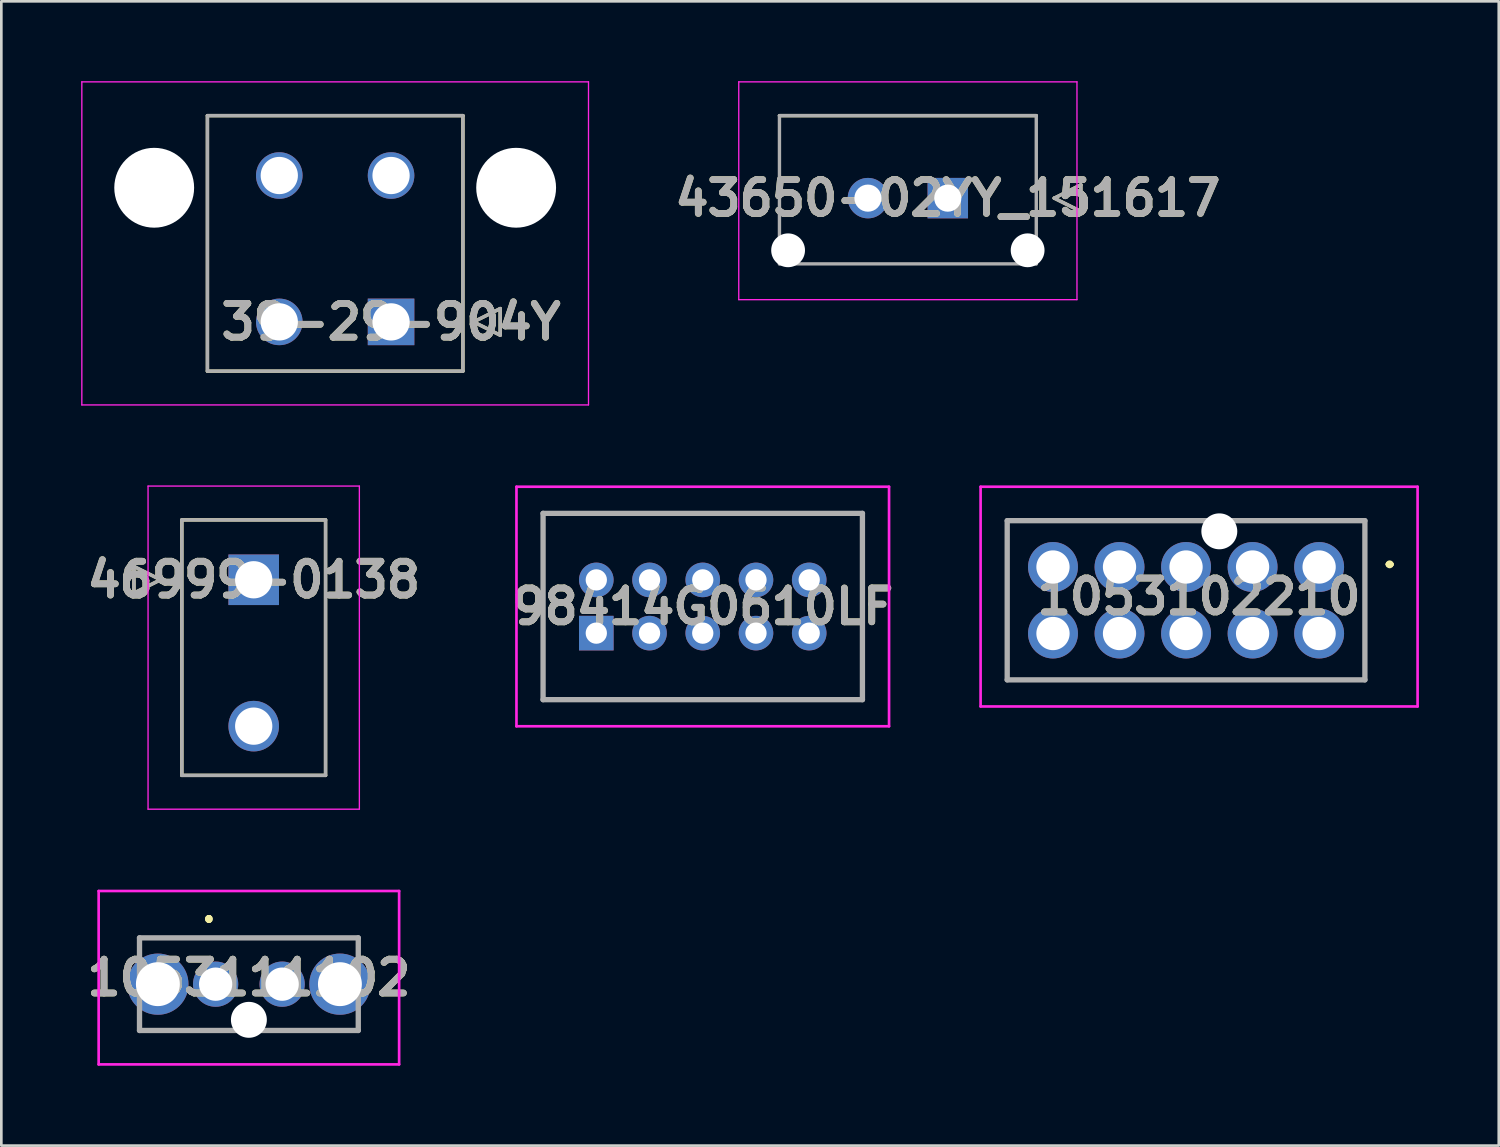
<source format=kicad_pcb>
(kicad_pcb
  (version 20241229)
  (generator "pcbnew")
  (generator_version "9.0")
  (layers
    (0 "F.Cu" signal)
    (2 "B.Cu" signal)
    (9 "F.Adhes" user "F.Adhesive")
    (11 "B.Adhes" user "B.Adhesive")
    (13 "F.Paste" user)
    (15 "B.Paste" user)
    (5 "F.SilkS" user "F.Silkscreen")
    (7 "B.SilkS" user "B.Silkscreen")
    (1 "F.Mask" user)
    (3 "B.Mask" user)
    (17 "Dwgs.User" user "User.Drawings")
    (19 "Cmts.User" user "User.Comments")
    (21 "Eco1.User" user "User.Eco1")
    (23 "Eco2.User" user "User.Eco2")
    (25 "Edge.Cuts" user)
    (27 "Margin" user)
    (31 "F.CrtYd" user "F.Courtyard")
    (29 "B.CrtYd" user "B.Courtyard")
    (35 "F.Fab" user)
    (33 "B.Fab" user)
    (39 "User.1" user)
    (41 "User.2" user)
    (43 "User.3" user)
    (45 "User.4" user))
  (footprint "1053111102"
    (layer "F.Cu")
    (at 5.052 33.93)
    (property "Reference" "1053111102" (at 1.25 -0.242 0) (layer "F.SilkS") (effects (font (size 1.27 1.27) (thickness 0.254))))
    (attr through_hole)
    (fp_line (start -2.86 -1.75) (end 5.36 -1.74) (stroke (width 0.1) (type solid)) (layer "F.SilkS"))
    (fp_line (start -2.86 -1.5) (end -2.86 -1.75) (stroke (width 0.1) (type solid)) (layer "F.SilkS"))
    (fp_line (start -2.86 1.5) (end -2.86 1.75) (stroke (width 0.1) (type solid)) (layer "F.SilkS"))
    (fp_line (start -2.86 1.75) (end 0 1.74) (stroke (width 0.1) (type solid)) (layer "F.SilkS"))
    (fp_line (start -0.25 -2.5) (end -0.25 -2.5) (stroke (width 0.2) (type solid)) (layer "F.SilkS"))
    (fp_line (start -0.25 -2.5) (end -0.25 -2.5) (stroke (width 0.2) (type solid)) (layer "F.SilkS"))
    (fp_line (start -0.25 -2.4) (end -0.25 -2.4) (stroke (width 0.2) (type solid)) (layer "F.SilkS"))
    (fp_line (start 2.5 1.75) (end 5.36 1.74) (stroke (width 0.1) (type solid)) (layer "F.SilkS"))
    (fp_line (start 5.36 -1.74) (end 5.36 -1.5) (stroke (width 0.1) (type solid)) (layer "F.SilkS"))
    (fp_line (start 5.36 1.74) (end 5.36 1.5) (stroke (width 0.1) (type solid)) (layer "F.SilkS"))
    (fp_arc (start -0.25 -2.5) (mid -0.2 -2.45) (end -0.25 -2.4) (stroke (width 0.2) (type solid)) (layer "F.SilkS"))
    (fp_arc (start -0.25 -2.4) (mid -0.3 -2.45) (end -0.25 -2.5) (stroke (width 0.2) (type solid)) (layer "F.SilkS"))
    (fp_arc (start -0.25 -2.4) (mid -0.3 -2.45) (end -0.25 -2.5) (stroke (width 0.2) (type solid)) (layer "F.SilkS"))
    (fp_line (start -4.395 -3.5) (end 6.895 -3.5) (stroke (width 0.1) (type solid)) (layer "F.CrtYd"))
    (fp_line (start -4.395 3.015) (end -4.395 -3.5) (stroke (width 0.1) (type solid)) (layer "F.CrtYd"))
    (fp_line (start 6.895 -3.5) (end 6.895 3.015) (stroke (width 0.1) (type solid)) (layer "F.CrtYd"))
    (fp_line (start 6.895 3.015) (end -4.395 3.015) (stroke (width 0.1) (type solid)) (layer "F.CrtYd"))
    (fp_line (start -2.86 -1.74) (end 5.36 -1.74) (stroke (width 0.2) (type solid)) (layer "F.Fab"))
    (fp_line (start -2.86 1.74) (end -2.86 -1.74) (stroke (width 0.2) (type solid)) (layer "F.Fab"))
    (fp_line (start 5.36 -1.74) (end 5.36 1.74) (stroke (width 0.2) (type solid)) (layer "F.Fab"))
    (fp_line (start 5.36 1.74) (end -2.86 1.74) (stroke (width 0.2) (type solid)) (layer "F.Fab"))
    (fp_text user "${REFERENCE}" (at 1.25 -0.242 0) (layer "F.Fab") (effects (font (size 1.27 1.27) (thickness 0.254))))
    (pad "" np_thru_hole circle (at 1.25 1.34) (size 1.35 1.35) (drill 1.35) (layers "*.Cu" "*.Mask"))
    (pad "1" thru_hole circle (at 0 0) (size 1.7 1.7) (drill 1.25) (layers "*.Cu" "*.Mask"))
    (pad "2" thru_hole circle (at 2.5 0) (size 1.7 1.7) (drill 1.25) (layers "*.Cu" "*.Mask"))
    (pad "MH1" thru_hole circle (at -2.17 0) (size 2.3 2.3) (drill 1.65) (layers "*.Cu" "*.Mask"))
    (pad "MH2" thru_hole circle (at 4.67 0) (size 2.3 2.3) (drill 1.65) (layers "*.Cu" "*.Mask")))
  (footprint "39-29-904Y"
    (layer "F.Cu")
    (at 11.644 9.045)
    (property "Reference" "39-29-904Y" (at 0 0 0) (layer "F.SilkS") (effects (font (size 1.27 1.27) (thickness 0.254))))
    (attr through_hole)
    (fp_line (start -6.9 -7.75) (end 2.7 -7.75) (stroke (width 0.127) (type solid)) (layer "F.SilkS"))
    (fp_line (start -6.9 1.85) (end -6.9 -7.75) (stroke (width 0.127) (type solid)) (layer "F.SilkS"))
    (fp_line (start 2.7 -7.75) (end 2.7 1.85) (stroke (width 0.127) (type solid)) (layer "F.SilkS"))
    (fp_line (start 2.7 1.85) (end -6.9 1.85) (stroke (width 0.127) (type solid)) (layer "F.SilkS"))
    (fp_line (start 3.1 0) (end 4.1 -0.5) (stroke (width 0.127) (type solid)) (layer "F.SilkS"))
    (fp_line (start 4.1 -0.5) (end 4.1 0.5) (stroke (width 0.127) (type solid)) (layer "F.SilkS"))
    (fp_line (start 4.1 0.5) (end 3.1 0) (stroke (width 0.127) (type solid)) (layer "F.SilkS"))
    (fp_line (start -11.619 -9.02) (end 7.419 -9.02) (stroke (width 0.05) (type solid)) (layer "F.CrtYd"))
    (fp_line (start -11.619 3.12) (end -11.619 -9.02) (stroke (width 0.05) (type solid)) (layer "F.CrtYd"))
    (fp_line (start 7.419 -9.02) (end 7.419 3.12) (stroke (width 0.05) (type solid)) (layer "F.CrtYd"))
    (fp_line (start 7.419 3.12) (end -11.619 3.12) (stroke (width 0.05) (type solid)) (layer "F.CrtYd"))
    (fp_line (start -6.9 -7.75) (end 2.7 -7.75) (stroke (width 0.127) (type solid)) (layer "F.Fab"))
    (fp_line (start -6.9 1.85) (end -6.9 -7.75) (stroke (width 0.127) (type solid)) (layer "F.Fab"))
    (fp_line (start 2.7 -7.75) (end 2.7 1.85) (stroke (width 0.127) (type solid)) (layer "F.Fab"))
    (fp_line (start 2.7 1.85) (end -6.9 1.85) (stroke (width 0.127) (type solid)) (layer "F.Fab"))
    (fp_line (start 3.1 0) (end 4.1 -0.5) (stroke (width 0.127) (type solid)) (layer "F.Fab"))
    (fp_line (start 4.1 -0.5) (end 4.1 0.5) (stroke (width 0.127) (type solid)) (layer "F.Fab"))
    (fp_line (start 4.1 0.5) (end 3.1 0) (stroke (width 0.127) (type solid)) (layer "F.Fab"))
    (fp_text user "${REFERENCE}" (at 0 0 0) (layer "F.Fab") (effects (font (size 1.27 1.27) (thickness 0.254))))
    (pad "" np_thru_hole circle (at -8.9 -5.04) (size 3 3) (drill 3) (layers "*.Cu" "*.Mask"))
    (pad "" np_thru_hole circle (at 4.7 -5.04) (size 3 3) (drill 3) (layers "*.Cu" "*.Mask"))
    (pad "1" thru_hole rect (at 0 0) (size 1.75 1.75) (drill 1.4) (layers "*.Cu" "*.Mask"))
    (pad "2" thru_hole circle (at -4.2 0) (size 1.75 1.75) (drill 1.4) (layers "*.Cu" "*.Mask"))
    (pad "3" thru_hole circle (at 0 -5.5) (size 1.75 1.75) (drill 1.4) (layers "*.Cu" "*.Mask"))
    (pad "4" thru_hole circle (at -4.2 -5.5) (size 1.75 1.75) (drill 1.4) (layers "*.Cu" "*.Mask")))
  (footprint "1053102210"
    (layer "F.Cu")
    (at 46.516 18.255)
    (property "Reference" "1053102210" (at -4.51 1.112 0) (layer "F.SilkS") (effects (font (size 1.27 1.27) (thickness 0.254))))
    (attr through_hole)
    (fp_line (start -11.72 -1.74) (end -11.72 4.24) (stroke (width 0.1) (type solid)) (layer "F.SilkS"))
    (fp_line (start -11.72 4.24) (end 1.72 4.24) (stroke (width 0.1) (type solid)) (layer "F.SilkS"))
    (fp_line (start -5 -1.75) (end -11.72 -1.74) (stroke (width 0.1) (type solid)) (layer "F.SilkS"))
    (fp_line (start 1.72 -1.74) (end -2.5 -1.74) (stroke (width 0.1) (type solid)) (layer "F.SilkS"))
    (fp_line (start 1.72 4.24) (end 1.72 -1.74) (stroke (width 0.1) (type solid)) (layer "F.SilkS"))
    (fp_line (start 2.6 -0.1) (end 2.6 -0.1) (stroke (width 0.2) (type solid)) (layer "F.SilkS"))
    (fp_line (start 2.6 -0.1) (end 2.7 -0.1) (stroke (width 0.2) (type solid)) (layer "F.SilkS"))
    (fp_line (start 2.7 -0.1) (end 2.7 -0.1) (stroke (width 0.2) (type solid)) (layer "F.SilkS"))
    (fp_arc (start 2.6 -0.1) (mid 2.65 -0.15) (end 2.7 -0.1) (stroke (width 0.2) (type solid)) (layer "F.SilkS"))
    (fp_arc (start 2.7 -0.1) (mid 2.65 -0.05) (end 2.6 -0.1) (stroke (width 0.2) (type solid)) (layer "F.SilkS"))
    (fp_line (start -12.72 -3.015) (end 3.7 -3.015) (stroke (width 0.1) (type solid)) (layer "F.CrtYd"))
    (fp_line (start -12.72 5.24) (end -12.72 -3.015) (stroke (width 0.1) (type solid)) (layer "F.CrtYd"))
    (fp_line (start 3.7 -3.015) (end 3.7 5.24) (stroke (width 0.1) (type solid)) (layer "F.CrtYd"))
    (fp_line (start 3.7 5.24) (end -12.72 5.24) (stroke (width 0.1) (type solid)) (layer "F.CrtYd"))
    (fp_line (start -11.72 -1.74) (end -11.72 4.24) (stroke (width 0.2) (type solid)) (layer "F.Fab"))
    (fp_line (start -11.72 4.24) (end 1.72 4.24) (stroke (width 0.2) (type solid)) (layer "F.Fab"))
    (fp_line (start 1.72 -1.74) (end -11.72 -1.74) (stroke (width 0.2) (type solid)) (layer "F.Fab"))
    (fp_line (start 1.72 4.24) (end 1.72 -1.74) (stroke (width 0.2) (type solid)) (layer "F.Fab"))
    (fp_text user "${REFERENCE}" (at -4.51 1.112 0) (layer "F.Fab") (effects (font (size 1.27 1.27) (thickness 0.254))))
    (pad "" np_thru_hole circle (at -3.75 -1.34) (size 1.35 1.35) (drill 1.35) (layers "*.Cu" "*.Mask"))
    (pad "1" thru_hole circle (at 0 0) (size 1.875 1.875) (drill 1.25) (layers "*.Cu" "*.Mask"))
    (pad "2" thru_hole circle (at -2.5 0) (size 1.875 1.875) (drill 1.25) (layers "*.Cu" "*.Mask"))
    (pad "3" thru_hole circle (at -5 0) (size 1.875 1.875) (drill 1.25) (layers "*.Cu" "*.Mask"))
    (pad "4" thru_hole circle (at -7.5 0) (size 1.875 1.875) (drill 1.25) (layers "*.Cu" "*.Mask"))
    (pad "5" thru_hole circle (at -10 0) (size 1.875 1.875) (drill 1.25) (layers "*.Cu" "*.Mask"))
    (pad "6" thru_hole circle (at 0 2.5) (size 1.875 1.875) (drill 1.25) (layers "*.Cu" "*.Mask"))
    (pad "7" thru_hole circle (at -2.5 2.5) (size 1.875 1.875) (drill 1.25) (layers "*.Cu" "*.Mask"))
    (pad "8" thru_hole circle (at -5 2.5) (size 1.875 1.875) (drill 1.25) (layers "*.Cu" "*.Mask"))
    (pad "9" thru_hole circle (at -7.5 2.5) (size 1.875 1.875) (drill 1.25) (layers "*.Cu" "*.Mask"))
    (pad "10" thru_hole circle (at -10 2.5) (size 1.875 1.875) (drill 1.25) (layers "*.Cu" "*.Mask")))
  (footprint "46999-0138"
    (layer "F.Cu")
    (at 6.483 18.735)
    (property "Reference" "46999-0138" (at 0 0 0) (layer "F.SilkS") (effects (font (size 1.27 1.27) (thickness 0.254))))
    (attr through_hole)
    (fp_line (start -4.5 -0.5) (end -3.5 0) (stroke (width 0.127) (type solid)) (layer "F.SilkS"))
    (fp_line (start -4.5 0.5) (end -4.5 -0.5) (stroke (width 0.127) (type solid)) (layer "F.SilkS"))
    (fp_line (start -3.5 0) (end -4.5 0.5) (stroke (width 0.127) (type solid)) (layer "F.SilkS"))
    (fp_line (start -2.7 -2.25) (end 2.7 -2.25) (stroke (width 0.127) (type solid)) (layer "F.SilkS"))
    (fp_line (start -2.7 7.35) (end -2.7 -2.25) (stroke (width 0.127) (type solid)) (layer "F.SilkS"))
    (fp_line (start 2.7 -2.25) (end 2.7 7.35) (stroke (width 0.127) (type solid)) (layer "F.SilkS"))
    (fp_line (start 2.7 7.35) (end -2.7 7.35) (stroke (width 0.127) (type solid)) (layer "F.SilkS"))
    (fp_line (start -3.97 -3.52) (end 3.97 -3.52) (stroke (width 0.05) (type solid)) (layer "F.CrtYd"))
    (fp_line (start -3.97 8.62) (end -3.97 -3.52) (stroke (width 0.05) (type solid)) (layer "F.CrtYd"))
    (fp_line (start 3.97 -3.52) (end 3.97 8.62) (stroke (width 0.05) (type solid)) (layer "F.CrtYd"))
    (fp_line (start 3.97 8.62) (end -3.97 8.62) (stroke (width 0.05) (type solid)) (layer "F.CrtYd"))
    (fp_line (start -4.5 -0.5) (end -3.5 0) (stroke (width 0.127) (type solid)) (layer "F.Fab"))
    (fp_line (start -4.5 0.5) (end -4.5 -0.5) (stroke (width 0.127) (type solid)) (layer "F.Fab"))
    (fp_line (start -3.5 0) (end -4.5 0.5) (stroke (width 0.127) (type solid)) (layer "F.Fab"))
    (fp_line (start -2.7 -2.25) (end 2.7 -2.25) (stroke (width 0.127) (type solid)) (layer "F.Fab"))
    (fp_line (start -2.7 7.35) (end -2.7 -2.25) (stroke (width 0.127) (type solid)) (layer "F.Fab"))
    (fp_line (start 2.7 -2.25) (end 2.7 7.35) (stroke (width 0.127) (type solid)) (layer "F.Fab"))
    (fp_line (start 2.7 7.35) (end -2.7 7.35) (stroke (width 0.127) (type solid)) (layer "F.Fab"))
    (fp_text user "${REFERENCE}" (at 0 0 0) (layer "F.Fab") (effects (font (size 1.27 1.27) (thickness 0.254))))
    (pad "1" thru_hole rect (at 0 0) (size 1.9 1.9) (drill 1.4) (layers "*.Cu" "*.Mask"))
    (pad "2" thru_hole circle (at 0 5.5) (size 1.9 1.9) (drill 1.4) (layers "*.Cu" "*.Mask")))
  (footprint "98414G0610LF"
    (layer "F.Cu")
    (at 19.356 20.74)
    (property "Reference" "98414G0610LF" (at 4 -1 0) (layer "F.SilkS") (effects (font (size 1.27 1.27) (thickness 0.254))))
    (attr through_hole)
    (fp_line (start -2 -4.5) (end 10 -4.5) (stroke (width 0.1) (type solid)) (layer "F.SilkS"))
    (fp_line (start -2 2.5) (end -2 -4.5) (stroke (width 0.1) (type solid)) (layer "F.SilkS"))
    (fp_line (start 10 -4.5) (end 10 2.5) (stroke (width 0.1) (type solid)) (layer "F.SilkS"))
    (fp_line (start 10 2.5) (end -2 2.5) (stroke (width 0.1) (type solid)) (layer "F.SilkS"))
    (fp_line (start -3 -5.5) (end 11 -5.5) (stroke (width 0.1) (type solid)) (layer "F.CrtYd"))
    (fp_line (start -3 3.5) (end -3 -5.5) (stroke (width 0.1) (type solid)) (layer "F.CrtYd"))
    (fp_line (start 11 -5.5) (end 11 3.5) (stroke (width 0.1) (type solid)) (layer "F.CrtYd"))
    (fp_line (start 11 3.5) (end -3 3.5) (stroke (width 0.1) (type solid)) (layer "F.CrtYd"))
    (fp_line (start -2 -4.5) (end -2 2.5) (stroke (width 0.2) (type solid)) (layer "F.Fab"))
    (fp_line (start -2 2.5) (end 10 2.5) (stroke (width 0.2) (type solid)) (layer "F.Fab"))
    (fp_line (start 10 -4.5) (end -2 -4.5) (stroke (width 0.2) (type solid)) (layer "F.Fab"))
    (fp_line (start 10 2.5) (end 10 -4.5) (stroke (width 0.2) (type solid)) (layer "F.Fab"))
    (fp_text user "${REFERENCE}" (at 4 -1 0) (layer "F.Fab") (effects (font (size 1.27 1.27) (thickness 0.254))))
    (pad "A1" thru_hole rect (at 0 0) (size 1.3 1.3) (drill 0.8) (layers "*.Cu" "*.Mask"))
    (pad "A2" thru_hole circle (at 2 0) (size 1.3 1.3) (drill 0.8) (layers "*.Cu" "*.Mask"))
    (pad "A3" thru_hole circle (at 4 0) (size 1.3 1.3) (drill 0.8) (layers "*.Cu" "*.Mask"))
    (pad "A4" thru_hole circle (at 6 0) (size 1.3 1.3) (drill 0.8) (layers "*.Cu" "*.Mask"))
    (pad "A5" thru_hole circle (at 8 0) (size 1.3 1.3) (drill 0.8) (layers "*.Cu" "*.Mask"))
    (pad "B1" thru_hole circle (at 0 -2) (size 1.3 1.3) (drill 0.8) (layers "*.Cu" "*.Mask"))
    (pad "B2" thru_hole circle (at 2 -2) (size 1.3 1.3) (drill 0.8) (layers "*.Cu" "*.Mask"))
    (pad "B3" thru_hole circle (at 4 -2) (size 1.3 1.3) (drill 0.8) (layers "*.Cu" "*.Mask"))
    (pad "B4" thru_hole circle (at 6 -2) (size 1.3 1.3) (drill 0.8) (layers "*.Cu" "*.Mask"))
    (pad "B5" thru_hole circle (at 8 -2) (size 1.3 1.3) (drill 0.8) (layers "*.Cu" "*.Mask")))
  (footprint "43650-02YY_151617"
    (layer "F.Cu")
    (at 32.563 4.395)
    (property "Reference" "43650-02YY_151617" (at 0 0 0) (layer "F.SilkS") (effects (font (size 1.27 1.27) (thickness 0.254))))
    (attr through_hole)
    (fp_line (start -6.325 -3.1) (end 3.325 -3.1) (stroke (width 0.127) (type solid)) (layer "F.SilkS"))
    (fp_line (start 4 0) (end 5 -0.5) (stroke (width 0.127) (type solid)) (layer "F.SilkS"))
    (fp_line (start 5 -0.5) (end 5 0.5) (stroke (width 0.127) (type solid)) (layer "F.SilkS"))
    (fp_line (start 5 0.5) (end 4 0) (stroke (width 0.127) (type solid)) (layer "F.SilkS"))
    (fp_line (start -7.854 -4.37) (end 4.854 -4.37) (stroke (width 0.05) (type solid)) (layer "F.CrtYd"))
    (fp_line (start -7.854 3.814) (end -7.854 -4.37) (stroke (width 0.05) (type solid)) (layer "F.CrtYd"))
    (fp_line (start 4.854 -4.37) (end 4.854 3.814) (stroke (width 0.05) (type solid)) (layer "F.CrtYd"))
    (fp_line (start 4.854 3.814) (end -7.854 3.814) (stroke (width 0.05) (type solid)) (layer "F.CrtYd"))
    (fp_line (start -6.325 -3.1) (end 3.325 -3.1) (stroke (width 0.127) (type solid)) (layer "F.Fab"))
    (fp_line (start -6.325 2.47) (end -6.325 -3.1) (stroke (width 0.127) (type solid)) (layer "F.Fab"))
    (fp_line (start 3.325 -3.1) (end 3.325 2.47) (stroke (width 0.127) (type solid)) (layer "F.Fab"))
    (fp_line (start 3.325 2.47) (end -6.325 2.47) (stroke (width 0.127) (type solid)) (layer "F.Fab"))
    (fp_line (start 4 0) (end 5 -0.5) (stroke (width 0.127) (type solid)) (layer "F.Fab"))
    (fp_line (start 5 -0.5) (end 5 0.5) (stroke (width 0.127) (type solid)) (layer "F.Fab"))
    (fp_line (start 5 0.5) (end 4 0) (stroke (width 0.127) (type solid)) (layer "F.Fab"))
    (fp_text user "${REFERENCE}" (at 0 0 0) (layer "F.Fab") (effects (font (size 1.27 1.27) (thickness 0.254))))
    (pad "" np_thru_hole circle (at -6 1.96) (size 1.27 1.27) (drill 1.27) (layers "*.Cu" "*.Mask"))
    (pad "" np_thru_hole circle (at 3 1.96) (size 1.27 1.27) (drill 1.27) (layers "*.Cu" "*.Mask"))
    (pad "1" thru_hole rect (at 0 0) (size 1.52 1.52) (drill 1.02) (layers "*.Cu" "*.Mask"))
    (pad "2" thru_hole circle (at -3 0) (size 1.52 1.52) (drill 1.02) (layers "*.Cu" "*.Mask")))
  (gr_rect
    (start -3 -3)
    (end 53.266 39.995)
    (stroke (width 0.1) (type default))
    (fill no)
    (layer "Edge.Cuts")))
</source>
